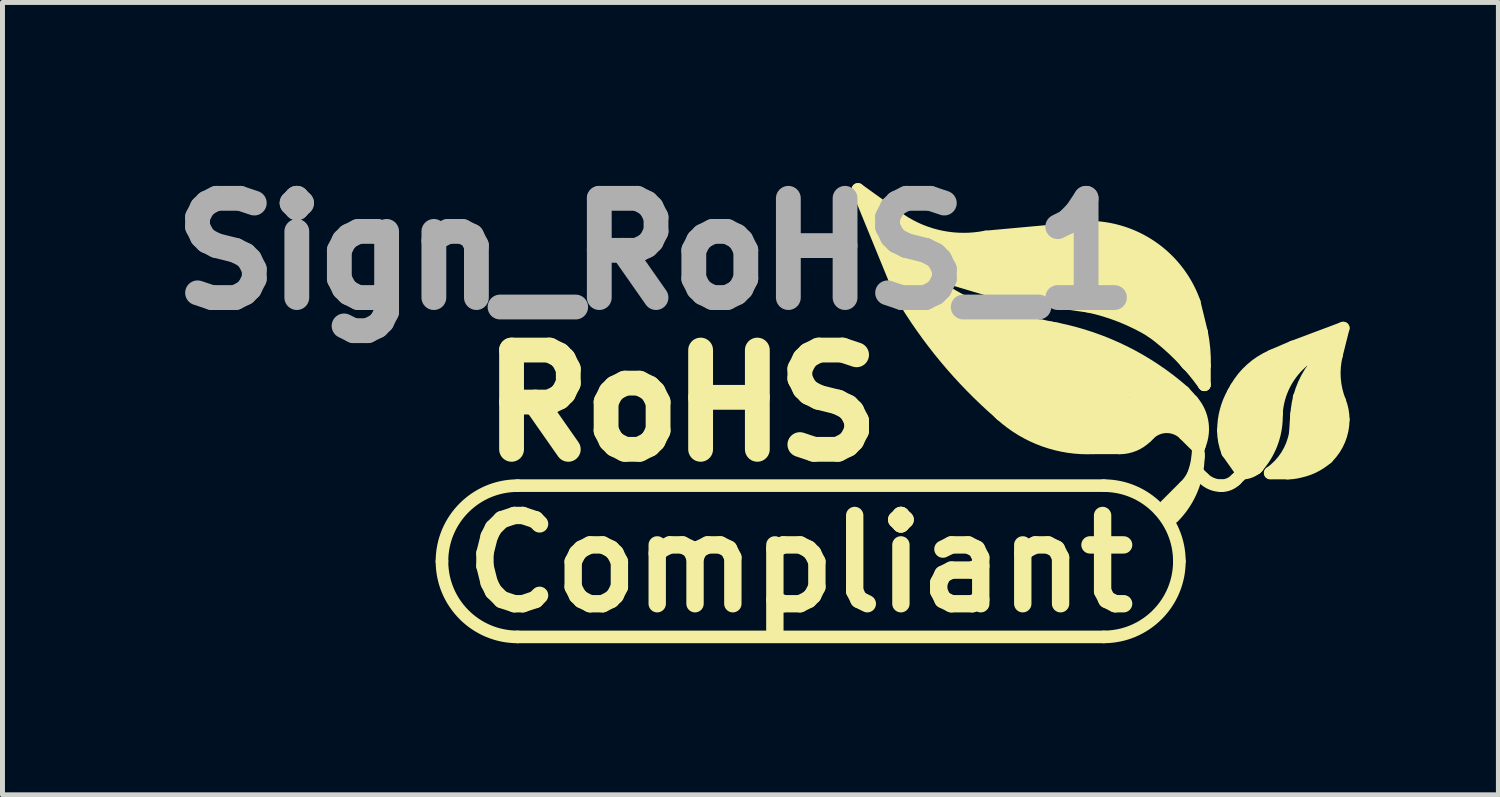
<source format=kicad_pcb>
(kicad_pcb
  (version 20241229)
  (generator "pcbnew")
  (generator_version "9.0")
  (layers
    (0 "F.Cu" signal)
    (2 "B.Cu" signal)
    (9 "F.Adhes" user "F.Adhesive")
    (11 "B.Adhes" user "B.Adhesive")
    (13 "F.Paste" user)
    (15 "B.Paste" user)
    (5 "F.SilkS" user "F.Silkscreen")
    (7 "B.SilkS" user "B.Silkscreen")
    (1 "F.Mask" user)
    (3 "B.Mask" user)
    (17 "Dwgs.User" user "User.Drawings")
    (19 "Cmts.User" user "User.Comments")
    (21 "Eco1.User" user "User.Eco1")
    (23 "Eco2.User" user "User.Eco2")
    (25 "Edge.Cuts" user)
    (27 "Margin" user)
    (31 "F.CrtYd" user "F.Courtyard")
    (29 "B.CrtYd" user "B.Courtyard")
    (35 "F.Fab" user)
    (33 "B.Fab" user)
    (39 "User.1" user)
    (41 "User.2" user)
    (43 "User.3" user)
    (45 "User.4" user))
  (footprint "Sign_RoHS_1"
    (layer "F.Cu")
    (at 6.872 9.149)
    (property "Reference" "Sign_RoHS_1" (at 3.297 -7.102 0) (layer "F.Fab") (effects (font (size 2 2) (thickness 0.5))))
    (attr board_only exclude_from_pos_files exclude_from_bom allow_missing_courtyard)
    (fp_line (start 0.508 0.635) (end 12.319 0.635) (stroke (width 0.254) (type solid)) (layer "F.SilkS"))
    (fp_line (start 7.366 -8.382) (end 8.227 -7.762) (stroke (width 0.254) (type solid)) (layer "F.SilkS"))
    (fp_line (start 7.366 -8.382) (end 8.232 -6.266) (stroke (width 0.254) (type solid)) (layer "F.SilkS"))
    (fp_line (start 7.747 -7.874) (end 8.255 -6.985) (stroke (width 0.508) (type solid)) (layer "F.SilkS"))
    (fp_line (start 7.747 -7.874) (end 8.76 -7.236) (stroke (width 0.254) (type solid)) (layer "F.SilkS"))
    (fp_line (start 8.255 -6.985) (end 8.382 -6.477) (stroke (width 0.508) (type solid)) (layer "F.SilkS"))
    (fp_line (start 8.382 -6.477) (end 8.76 -5.969) (stroke (width 0.508) (type solid)) (layer "F.SilkS"))
    (fp_line (start 8.636 -6.985) (end 13.208 -6.985) (stroke (width 0.508) (type solid)) (layer "F.SilkS"))
    (fp_line (start 8.76 -7.236) (end 9.906 -7.236) (stroke (width 0.508) (type solid)) (layer "F.SilkS"))
    (fp_line (start 8.76 -6.731) (end 9.042 -6.383) (stroke (width 0.254) (type solid)) (layer "F.SilkS"))
    (fp_line (start 8.76 -6.35) (end 8.382 -7.236) (stroke (width 0.508) (type solid)) (layer "F.SilkS"))
    (fp_line (start 8.76 -5.969) (end 8.76 -6.35) (stroke (width 0.508) (type solid)) (layer "F.SilkS"))
    (fp_line (start 8.89 -5.842) (end 9.271 -5.334) (stroke (width 0.508) (type solid)) (layer "F.SilkS"))
    (fp_line (start 9.144 -6.858) (end 8.636 -6.985) (stroke (width 0.508) (type solid)) (layer "F.SilkS"))
    (fp_line (start 9.271 -5.715) (end 10.033 -5.08) (stroke (width 0.508) (type solid)) (layer "F.SilkS"))
    (fp_line (start 9.271 -5.334) (end 9.525 -4.953) (stroke (width 0.508) (type solid)) (layer "F.SilkS"))
    (fp_line (start 9.525 -4.953) (end 10.414 -4.064) (stroke (width 0.508) (type solid)) (layer "F.SilkS"))
    (fp_line (start 9.906 -7.236) (end 10.922 -7.366) (stroke (width 0.508) (type solid)) (layer "F.SilkS"))
    (fp_line (start 9.906 -5.715) (end 9.144 -6.096) (stroke (width 0.508) (type solid)) (layer "F.SilkS"))
    (fp_line (start 9.944 -7.424) (end 12.093 -7.62) (stroke (width 0.254) (type solid)) (layer "F.SilkS"))
    (fp_line (start 10.033 -5.08) (end 10.16 -5.207) (stroke (width 0.508) (type solid)) (layer "F.SilkS"))
    (fp_line (start 10.147 -6.317) (end 8.76 -6.731) (stroke (width 0.254) (type solid)) (layer "F.SilkS"))
    (fp_line (start 10.16 -5.207) (end 10.287 -5.207) (stroke (width 0.508) (type solid)) (layer "F.SilkS"))
    (fp_line (start 10.16 -4.699) (end 10.287 -4.826) (stroke (width 0.508) (type solid)) (layer "F.SilkS"))
    (fp_line (start 10.216 -3.879) (end 10.251 -3.843) (stroke (width 0.254) (type solid)) (layer "F.SilkS"))
    (fp_line (start 10.287 -5.207) (end 11.43 -5.08) (stroke (width 0.508) (type solid)) (layer "F.SilkS"))
    (fp_line (start 10.287 -4.826) (end 10.795 -4.826) (stroke (width 0.508) (type solid)) (layer "F.SilkS"))
    (fp_line (start 10.287 -4.572) (end 10.16 -4.699) (stroke (width 0.508) (type solid)) (layer "F.SilkS"))
    (fp_line (start 10.414 -6.477) (end 9.144 -6.858) (stroke (width 0.508) (type solid)) (layer "F.SilkS"))
    (fp_line (start 10.414 -4.064) (end 10.922 -3.683) (stroke (width 0.508) (type solid)) (layer "F.SilkS"))
    (fp_line (start 10.643 -5.461) (end 9.906 -5.715) (stroke (width 0.508) (type solid)) (layer "F.SilkS"))
    (fp_line (start 10.795 -4.826) (end 11.811 -4.572) (stroke (width 0.508) (type solid)) (layer "F.SilkS"))
    (fp_line (start 10.922 -7.366) (end 12.573 -7.366) (stroke (width 0.508) (type solid)) (layer "F.SilkS"))
    (fp_line (start 10.922 -4.064) (end 10.287 -4.572) (stroke (width 0.508) (type solid)) (layer "F.SilkS"))
    (fp_line (start 10.922 -3.683) (end 11.811 -3.429) (stroke (width 0.508) (type solid)) (layer "F.SilkS"))
    (fp_line (start 11.069 -5.631) (end 11.379 -5.57) (stroke (width 0.254) (type solid)) (layer "F.SilkS"))
    (fp_line (start 11.252 -5.461) (end 10.643 -5.461) (stroke (width 0.508) (type solid)) (layer "F.SilkS"))
    (fp_line (start 11.43 -5.08) (end 12.446 -4.826) (stroke (width 0.508) (type solid)) (layer "F.SilkS"))
    (fp_line (start 11.43 -3.937) (end 10.922 -4.064) (stroke (width 0.508) (type solid)) (layer "F.SilkS"))
    (fp_line (start 11.557 -6.35) (end 10.414 -6.477) (stroke (width 0.508) (type solid)) (layer "F.SilkS"))
    (fp_line (start 11.684 -6.35) (end 11.557 -6.35) (stroke (width 0.508) (type solid)) (layer "F.SilkS"))
    (fp_line (start 11.811 -4.572) (end 12.065 -4.572) (stroke (width 0.508) (type solid)) (layer "F.SilkS"))
    (fp_line (start 11.811 -3.81) (end 11.43 -3.937) (stroke (width 0.508) (type solid)) (layer "F.SilkS"))
    (fp_line (start 11.811 -3.429) (end 12.7 -3.429) (stroke (width 0.508) (type solid)) (layer "F.SilkS"))
    (fp_line (start 12.014 -6.027) (end 11.496 -6.101) (stroke (width 0.254) (type solid)) (layer "F.SilkS"))
    (fp_line (start 12.065 -4.572) (end 12.573 -4.318) (stroke (width 0.508) (type solid)) (layer "F.SilkS"))
    (fp_line (start 12.065 -4.191) (end 10.795 -4.445) (stroke (width 0.508) (type solid)) (layer "F.SilkS"))
    (fp_line (start 12.121 -3.175) (end 12.636 -3.175) (stroke (width 0.254) (type solid)) (layer "F.SilkS"))
    (fp_line (start 12.192 -6.35) (end 11.684 -6.35) (stroke (width 0.508) (type solid)) (layer "F.SilkS"))
    (fp_line (start 12.319 -2.413) (end 0.508 -2.413) (stroke (width 0.254) (type solid)) (layer "F.SilkS"))
    (fp_line (start 12.446 -4.826) (end 13.081 -4.318) (stroke (width 0.508) (type solid)) (layer "F.SilkS"))
    (fp_line (start 12.446 -4.064) (end 12.065 -4.191) (stroke (width 0.508) (type solid)) (layer "F.SilkS"))
    (fp_line (start 12.446 -3.81) (end 11.811 -3.81) (stroke (width 0.508) (type solid)) (layer "F.SilkS"))
    (fp_line (start 12.573 -7.366) (end 13.208 -6.985) (stroke (width 0.508) (type solid)) (layer "F.SilkS"))
    (fp_line (start 12.573 -4.318) (end 12.573 -4.191) (stroke (width 0.508) (type solid)) (layer "F.SilkS"))
    (fp_line (start 12.573 -4.191) (end 12.446 -4.064) (stroke (width 0.508) (type solid)) (layer "F.SilkS"))
    (fp_line (start 12.649 -4.978) (end 11.252 -5.461) (stroke (width 0.508) (type solid)) (layer "F.SilkS"))
    (fp_line (start 12.7 -3.429) (end 13.462 -3.937) (stroke (width 0.508) (type solid)) (layer "F.SilkS"))
    (fp_line (start 12.827 -5.969) (end 12.192 -6.35) (stroke (width 0.508) (type solid)) (layer "F.SilkS"))
    (fp_line (start 12.827 -3.937) (end 12.446 -3.81) (stroke (width 0.508) (type solid)) (layer "F.SilkS"))
    (fp_line (start 12.954 -5.969) (end 13.208 -6.477) (stroke (width 0.508) (type solid)) (layer "F.SilkS"))
    (fp_line (start 13.081 -4.318) (end 13.208 -4.191) (stroke (width 0.508) (type solid)) (layer "F.SilkS"))
    (fp_line (start 13.081 -3.937) (end 12.827 -3.937) (stroke (width 0.508) (type solid)) (layer "F.SilkS"))
    (fp_line (start 13.175 -3.396) (end 13.228 -3.449) (stroke (width 0.254) (type solid)) (layer "F.SilkS"))
    (fp_line (start 13.208 -6.985) (end 13.208 -6.731) (stroke (width 0.508) (type solid)) (layer "F.SilkS"))
    (fp_line (start 13.208 -6.985) (end 13.716 -6.477) (stroke (width 0.508) (type solid)) (layer "F.SilkS"))
    (fp_line (start 13.208 -6.731) (end 8.255 -6.807) (stroke (width 0.508) (type solid)) (layer "F.SilkS"))
    (fp_line (start 13.208 -6.477) (end 13.208 -6.731) (stroke (width 0.508) (type solid)) (layer "F.SilkS"))
    (fp_line (start 13.208 -6.477) (end 13.589 -5.969) (stroke (width 0.508) (type solid)) (layer "F.SilkS"))
    (fp_line (start 13.208 -4.191) (end 13.081 -3.937) (stroke (width 0.508) (type solid)) (layer "F.SilkS"))
    (fp_line (start 13.289 -5.519) (end 13.282 -5.524) (stroke (width 0.254) (type solid)) (layer "F.SilkS"))
    (fp_line (start 13.335 -6.35) (end 11.684 -6.35) (stroke (width 0.508) (type solid)) (layer "F.SilkS"))
    (fp_line (start 13.335 -4.572) (end 12.649 -4.978) (stroke (width 0.508) (type solid)) (layer "F.SilkS"))
    (fp_line (start 13.462 -3.937) (end 13.843 -3.81) (stroke (width 0.508) (type solid)) (layer "F.SilkS"))
    (fp_line (start 13.462 -1.905) (end 13.952 -2.395) (stroke (width 0.254) (type solid)) (layer "F.SilkS"))
    (fp_line (start 13.589 -5.588) (end 12.954 -5.969) (stroke (width 0.508) (type solid)) (layer "F.SilkS"))
    (fp_line (start 13.589 -1.905) (end 13.774 -2.09) (stroke (width 0.254) (type solid)) (layer "F.SilkS"))
    (fp_line (start 13.589 -1.778) (end 14.097 -2.54) (stroke (width 0.254) (type solid)) (layer "F.SilkS"))
    (fp_line (start 13.716 -6.477) (end 13.97 -5.969) (stroke (width 0.508) (type solid)) (layer "F.SilkS"))
    (fp_line (start 13.843 -4.064) (end 13.335 -4.572) (stroke (width 0.508) (type solid)) (layer "F.SilkS"))
    (fp_line (start 13.843 -3.81) (end 14.097 -3.556) (stroke (width 0.508) (type solid)) (layer "F.SilkS"))
    (fp_line (start 13.934 -4.3) (end 14.105 -4.112) (stroke (width 0.254) (type solid)) (layer "F.SilkS"))
    (fp_line (start 13.947 -3.449) (end 14.224 -3.175) (stroke (width 0.254) (type solid)) (layer "F.SilkS"))
    (fp_line (start 13.97 -5.969) (end 14.097 -4.953) (stroke (width 0.508) (type solid)) (layer "F.SilkS"))
    (fp_line (start 14.097 -4.953) (end 13.589 -5.588) (stroke (width 0.508) (type solid)) (layer "F.SilkS"))
    (fp_line (start 14.097 -3.556) (end 13.843 -4.064) (stroke (width 0.508) (type solid)) (layer "F.SilkS"))
    (fp_line (start 14.143 -6.104) (end 14.29 -5.504) (stroke (width 0.254) (type solid)) (layer "F.SilkS"))
    (fp_line (start 14.224 -3.002) (end 14.224 -3.048) (stroke (width 0.254) (type solid)) (layer "F.SilkS"))
    (fp_line (start 14.224 -2.667) (end 14.328 -2.56) (stroke (width 0.254) (type solid)) (layer "F.SilkS"))
    (fp_line (start 14.247 -3.221) (end 14.224 -3.175) (stroke (width 0.254) (type solid)) (layer "F.SilkS"))
    (fp_line (start 14.348 -4.826) (end 14.348 -4.445) (stroke (width 0.254) (type solid)) (layer "F.SilkS"))
    (fp_line (start 14.348 -4.445) (end 14.346 -4.448) (stroke (width 0.254) (type solid)) (layer "F.SilkS"))
    (fp_line (start 14.859 -3.683) (end 14.986 -3.683) (stroke (width 0.254) (type solid)) (layer "F.SilkS"))
    (fp_line (start 14.859 -3.429) (end 14.859 -3.683) (stroke (width 0.254) (type solid)) (layer "F.SilkS"))
    (fp_line (start 14.859 -3.429) (end 15.621 -3.429) (stroke (width 0.254) (type solid)) (layer "F.SilkS"))
    (fp_line (start 14.859 -3.406) (end 14.859 -3.429) (stroke (width 0.254) (type solid)) (layer "F.SilkS"))
    (fp_line (start 14.859 -3.302) (end 15.621 -3.302) (stroke (width 0.254) (type solid)) (layer "F.SilkS"))
    (fp_line (start 14.933 -4.288) (end 14.986 -4.381) (stroke (width 0.254) (type solid)) (layer "F.SilkS"))
    (fp_line (start 14.978 -2.532) (end 15.113 -2.667) (stroke (width 0.254) (type solid)) (layer "F.SilkS"))
    (fp_line (start 14.986 -3.683) (end 14.986 -3.556) (stroke (width 0.254) (type solid)) (layer "F.SilkS"))
    (fp_line (start 14.986 -3.683) (end 15.113 -3.683) (stroke (width 0.254) (type solid)) (layer "F.SilkS"))
    (fp_line (start 14.986 -3.556) (end 14.986 -3.175) (stroke (width 0.254) (type solid)) (layer "F.SilkS"))
    (fp_line (start 14.986 -3.556) (end 15.621 -3.556) (stroke (width 0.254) (type solid)) (layer "F.SilkS"))
    (fp_line (start 14.986 -3.175) (end 14.986 -3.048) (stroke (width 0.254) (type solid)) (layer "F.SilkS"))
    (fp_line (start 14.986 -3.175) (end 15.621 -3.175) (stroke (width 0.254) (type solid)) (layer "F.SilkS"))
    (fp_line (start 14.986 -3.048) (end 14.986 -2.921) (stroke (width 0.254) (type solid)) (layer "F.SilkS"))
    (fp_line (start 14.986 -3.048) (end 15.494 -3.048) (stroke (width 0.254) (type solid)) (layer "F.SilkS"))
    (fp_line (start 15.113 -3.683) (end 15.113 -3.048) (stroke (width 0.254) (type solid)) (layer "F.SilkS"))
    (fp_line (start 15.113 -3.683) (end 15.494 -3.683) (stroke (width 0.254) (type solid)) (layer "F.SilkS"))
    (fp_line (start 15.113 -2.667) (end 14.816 -3.086) (stroke (width 0.254) (type solid)) (layer "F.SilkS"))
    (fp_line (start 15.126 -2.667) (end 15.113 -2.667) (stroke (width 0.254) (type solid)) (layer "F.SilkS"))
    (fp_line (start 15.415 -2.791) (end 15.387 -2.764) (stroke (width 0.254) (type solid)) (layer "F.SilkS"))
    (fp_line (start 15.494 -3.683) (end 15.494 -3.175) (stroke (width 0.254) (type solid)) (layer "F.SilkS"))
    (fp_line (start 15.494 -3.683) (end 15.748 -3.683) (stroke (width 0.254) (type solid)) (layer "F.SilkS"))
    (fp_line (start 15.707 -5.027) (end 16.129 -5.207) (stroke (width 0.254) (type solid)) (layer "F.SilkS"))
    (fp_line (start 15.748 -4.191) (end 14.986 -4.191) (stroke (width 0.254) (type solid)) (layer "F.SilkS"))
    (fp_line (start 15.748 -4.064) (end 14.986 -4.064) (stroke (width 0.254) (type solid)) (layer "F.SilkS"))
    (fp_line (start 15.748 -3.937) (end 14.859 -3.937) (stroke (width 0.254) (type solid)) (layer "F.SilkS"))
    (fp_line (start 15.748 -3.81) (end 14.859 -3.81) (stroke (width 0.254) (type solid)) (layer "F.SilkS"))
    (fp_line (start 15.748 -3.683) (end 15.24 -2.794) (stroke (width 0.254) (type solid)) (layer "F.SilkS"))
    (fp_line (start 15.799 -3.861) (end 15.799 -3.868) (stroke (width 0.254) (type solid)) (layer "F.SilkS"))
    (fp_line (start 15.875 -4.445) (end 15.113 -4.445) (stroke (width 0.254) (type solid)) (layer "F.SilkS"))
    (fp_line (start 15.875 -4.318) (end 14.986 -4.318) (stroke (width 0.254) (type solid)) (layer "F.SilkS"))
    (fp_line (start 15.875 -2.794) (end 16.383 -2.794) (stroke (width 0.254) (type solid)) (layer "F.SilkS"))
    (fp_line (start 16.002 -4.699) (end 15.367 -4.699) (stroke (width 0.254) (type solid)) (layer "F.SilkS"))
    (fp_line (start 16.002 -4.572) (end 15.24 -4.572) (stroke (width 0.254) (type solid)) (layer "F.SilkS"))
    (fp_line (start 16.002 -2.921) (end 16.637 -2.921) (stroke (width 0.254) (type solid)) (layer "F.SilkS"))
    (fp_line (start 16.027 -2.667) (end 15.672 -2.667) (stroke (width 0.254) (type solid)) (layer "F.SilkS"))
    (fp_line (start 16.129 -5.207) (end 17.145 -5.588) (stroke (width 0.254) (type solid)) (layer "F.SilkS"))
    (fp_line (start 16.129 -5.08) (end 16.891 -5.08) (stroke (width 0.254) (type solid)) (layer "F.SilkS"))
    (fp_line (start 16.129 -4.826) (end 15.621 -4.826) (stroke (width 0.254) (type solid)) (layer "F.SilkS"))
    (fp_line (start 16.129 -3.175) (end 16.891 -3.175) (stroke (width 0.254) (type solid)) (layer "F.SilkS"))
    (fp_line (start 16.129 -3.048) (end 16.764 -3.048) (stroke (width 0.254) (type solid)) (layer "F.SilkS"))
    (fp_line (start 16.18 -3.302) (end 17.018 -3.302) (stroke (width 0.254) (type solid)) (layer "F.SilkS"))
    (fp_line (start 16.205 -3.858) (end 16.18 -3.467) (stroke (width 0.254) (type solid)) (layer "F.SilkS"))
    (fp_line (start 16.256 -4.191) (end 16.891 -4.191) (stroke (width 0.254) (type solid)) (layer "F.SilkS"))
    (fp_line (start 16.256 -4.064) (end 17.018 -4.064) (stroke (width 0.254) (type solid)) (layer "F.SilkS"))
    (fp_line (start 16.256 -3.937) (end 17.018 -3.937) (stroke (width 0.254) (type solid)) (layer "F.SilkS"))
    (fp_line (start 16.256 -3.81) (end 17.018 -3.81) (stroke (width 0.254) (type solid)) (layer "F.SilkS"))
    (fp_line (start 16.256 -3.683) (end 17.018 -3.683) (stroke (width 0.254) (type solid)) (layer "F.SilkS"))
    (fp_line (start 16.256 -3.556) (end 17.018 -3.556) (stroke (width 0.254) (type solid)) (layer "F.SilkS"))
    (fp_line (start 16.256 -3.429) (end 17.018 -3.429) (stroke (width 0.254) (type solid)) (layer "F.SilkS"))
    (fp_line (start 16.383 -5.207) (end 17.018 -5.207) (stroke (width 0.254) (type solid)) (layer "F.SilkS"))
    (fp_line (start 16.383 -4.445) (end 16.891 -4.445) (stroke (width 0.254) (type solid)) (layer "F.SilkS"))
    (fp_line (start 16.383 -4.318) (end 16.891 -4.318) (stroke (width 0.254) (type solid)) (layer "F.SilkS"))
    (fp_line (start 16.51 -5.334) (end 17.018 -5.334) (stroke (width 0.254) (type solid)) (layer "F.SilkS"))
    (fp_line (start 16.637 -4.953) (end 15.748 -4.953) (stroke (width 0.254) (type solid)) (layer "F.SilkS"))
    (fp_line (start 16.637 -4.953) (end 16.637 -4.445) (stroke (width 0.254) (type solid)) (layer "F.SilkS"))
    (fp_line (start 16.764 -4.953) (end 16.637 -4.953) (stroke (width 0.254) (type solid)) (layer "F.SilkS"))
    (fp_line (start 16.764 -4.953) (end 16.764 -4.445) (stroke (width 0.254) (type solid)) (layer "F.SilkS"))
    (fp_line (start 16.83 -2.987) (end 16.807 -2.964) (stroke (width 0.254) (type solid)) (layer "F.SilkS"))
    (fp_line (start 16.891 -4.953) (end 16.764 -4.953) (stroke (width 0.254) (type solid)) (layer "F.SilkS"))
    (fp_line (start 17.145 -5.588) (end 17.01 -5.05) (stroke (width 0.254) (type solid)) (layer "F.SilkS"))
    (fp_arc (start -1.016 -0.889) (mid -0.569631 -1.966631) (end 0.508 -2.413) (stroke (width 0.254) (type solid)) (layer "F.SilkS"))
    (fp_arc (start 0.508 0.635) (mid -0.569631 0.188631) (end -1.016 -0.889) (stroke (width 0.254) (type solid)) (layer "F.SilkS"))
    (fp_arc (start 9.9441 -7.42442) (mid 9.052753 -7.423876) (end 8.229048 -7.764478) (stroke (width 0.254) (type solid)) (layer "F.SilkS"))
    (fp_arc (start 10.21588 -3.87858) (mid 9.129383 -4.989859) (end 8.234536 -6.260553) (stroke (width 0.254) (type solid)) (layer "F.SilkS"))
    (fp_arc (start 11.06932 -5.63118) (mid 10.012995 -5.890287) (end 9.042459 -6.381222) (stroke (width 0.254) (type solid)) (layer "F.SilkS"))
    (fp_arc (start 11.3792 -5.57022) (mid 12.73964 -5.103107) (end 13.933527 -4.300844) (stroke (width 0.254) (type solid)) (layer "F.SilkS"))
    (fp_arc (start 11.49604 -6.10108) (mid 10.819744 -6.177293) (end 10.153621 -6.316813) (stroke (width 0.254) (type solid)) (layer "F.SilkS"))
    (fp_arc (start 12.0142 -6.02742) (mid 12.666713 -5.829467) (end 13.27787 -5.527066) (stroke (width 0.254) (type solid)) (layer "F.SilkS"))
    (fp_arc (start 12.09294 -7.62) (mid 13.349685 -7.17762) (end 14.143264 -6.107415) (stroke (width 0.254) (type solid)) (layer "F.SilkS"))
    (fp_arc (start 12.12088 -3.175) (mid 11.121888 -3.32285) (end 10.255067 -3.840987) (stroke (width 0.254) (type solid)) (layer "F.SilkS"))
    (fp_arc (start 12.319 -2.413) (mid 13.396631 -1.966631) (end 13.843 -0.889) (stroke (width 0.254) (type solid)) (layer "F.SilkS"))
    (fp_arc (start 13.17498 -3.39598) (mid 12.927923 -3.230902) (end 12.6365 -3.172934) (stroke (width 0.254) (type solid)) (layer "F.SilkS"))
    (fp_arc (start 13.22832 -3.44932) (mid 13.587204 -3.599462) (end 13.94714 -3.45186) (stroke (width 0.254) (type solid)) (layer "F.SilkS"))
    (fp_arc (start 13.28928 -5.51942) (mid 13.859872 -5.026772) (end 14.344359 -4.449235) (stroke (width 0.254) (type solid)) (layer "F.SilkS"))
    (fp_arc (start 13.843 -0.889) (mid 13.396631 0.188631) (end 12.319 0.635) (stroke (width 0.254) (type solid)) (layer "F.SilkS"))
    (fp_arc (start 14.10462 -4.11226) (mid 14.306677 -3.661802) (end 14.224846 -3.174931) (stroke (width 0.254) (type solid)) (layer "F.SilkS"))
    (fp_arc (start 14.224 -3.175) (mid 14.108191 -2.587709) (end 13.776451 -2.089441) (stroke (width 0.254) (type solid)) (layer "F.SilkS"))
    (fp_arc (start 14.224 -3.048) (mid 14.154787 -2.694965) (end 13.955743 -2.395289) (stroke (width 0.254) (type solid)) (layer "F.SilkS"))
    (fp_arc (start 14.224 -3.00228) (mid 14.092523 -2.339792) (end 13.718022 -1.77772) (stroke (width 0.254) (type solid)) (layer "F.SilkS"))
    (fp_arc (start 14.29004 -5.50418) (mid 14.339077 -5.167151) (end 14.35024 -4.826757) (stroke (width 0.254) (type solid)) (layer "F.SilkS"))
    (fp_arc (start 14.68628 -2.413) (mid 14.492849 -2.451476) (end 14.328866 -2.561046) (stroke (width 0.254) (type solid)) (layer "F.SilkS"))
    (fp_arc (start 14.732 -3.5306) (mid 14.782901 -3.921185) (end 14.932206 -4.285679) (stroke (width 0.254) (type solid)) (layer "F.SilkS"))
    (fp_arc (start 14.81582 -3.0861) (mid 14.751793 -3.304012) (end 14.730126 -3.530099) (stroke (width 0.254) (type solid)) (layer "F.SilkS"))
    (fp_arc (start 14.97838 -2.53238) (mid 14.844363 -2.442833) (end 14.68628 -2.411388) (stroke (width 0.254) (type solid)) (layer "F.SilkS"))
    (fp_arc (start 14.986 -4.3815) (mid 15.29456 -4.762287) (end 15.708 -5.025489) (stroke (width 0.254) (type solid)) (layer "F.SilkS"))
    (fp_arc (start 15.113 -2.794) (mid 14.92563 -3.074154) (end 14.859445 -3.404629) (stroke (width 0.254) (type solid)) (layer "F.SilkS"))
    (fp_arc (start 15.41526 -2.79146) (mid 15.275764 -2.698164) (end 15.111212 -2.665208) (stroke (width 0.254) (type solid)) (layer "F.SilkS"))
    (fp_arc (start 15.7988 -3.86842) (mid 15.949811 -4.434562) (end 16.30598 -4.89982) (stroke (width 0.254) (type solid)) (layer "F.SilkS"))
    (fp_arc (start 15.7988 -3.8608) (mid 15.702818 -3.271586) (end 15.38866 -2.763954) (stroke (width 0.254) (type solid)) (layer "F.SilkS"))
    (fp_arc (start 16.1798 -3.4671) (mid 16.007869 -3.019303) (end 15.67766 -2.671387) (stroke (width 0.254) (type solid)) (layer "F.SilkS"))
    (fp_arc (start 16.2052 -3.81508) (mid 16.306613 -4.337513) (end 16.559205 -4.805934) (stroke (width 0.254) (type solid)) (layer "F.SilkS"))
    (fp_arc (start 16.22552 -2.68986) (mid 16.126535 -2.671679) (end 16.026073 -2.665697) (stroke (width 0.254) (type solid)) (layer "F.SilkS"))
    (fp_arc (start 16.80718 -2.96418) (mid 16.535901 -2.788047) (end 16.227503 -2.690547) (stroke (width 0.254) (type solid)) (layer "F.SilkS"))
    (fp_arc (start 17.07388 -4.11226) (mid 16.96827 -4.57452) (end 17.009851 -5.046864) (stroke (width 0.254) (type solid)) (layer "F.SilkS"))
    (fp_arc (start 17.07388 -4.11226) (mid 17.126889 -3.931266) (end 17.144717 -3.743513) (stroke (width 0.254) (type solid)) (layer "F.SilkS"))
    (fp_arc (start 17.145 -3.74396) (mid 17.063408 -3.333769) (end 16.831054 -2.986026) (stroke (width 0.254) (type solid)) (layer "F.SilkS"))
    (fp_text user "Compliant" (at 6.2 -0.838 0) (layer "F.SilkS") (effects (font (size 1.778 1.778) (thickness 0.35))))
    (fp_text user "RoHS" (at 3.815 -4.044 0) (layer "F.SilkS") (effects (font (size 2 2) (thickness 0.5)))))
  (gr_rect
    (start -3 -3)
    (end 27.144 12.966)
    (stroke (width 0.1) (type default))
    (fill no)
    (layer "Edge.Cuts")))
</source>
